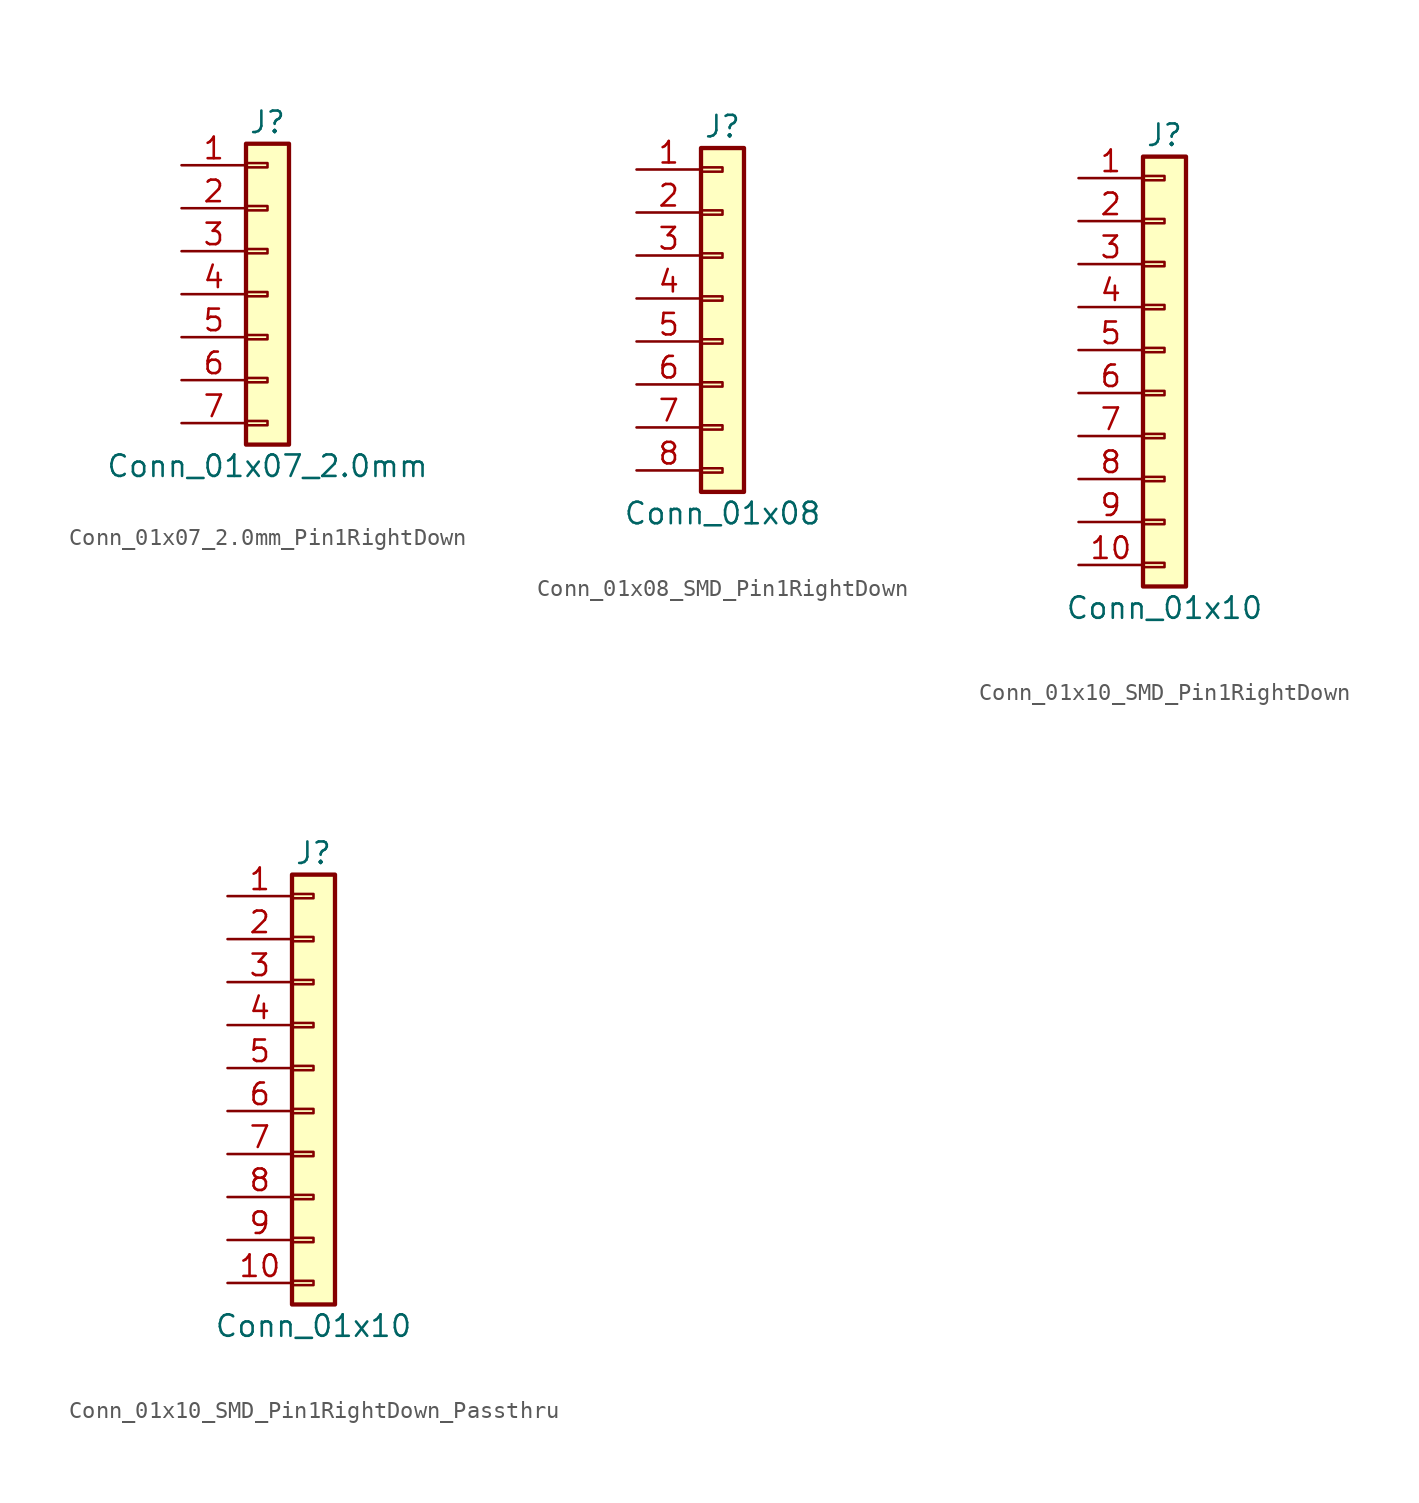
<source format=kicad_sym>
(kicad_symbol_lib
  (version 20231120)
  (generator "kicad_symbol_editor")
  (generator_version "8.0")
  (symbol "Conn_01x07_2.0mm_Pin1RightDown"
    (pin_names
      (offset 1.016) hide)
    (property "Reference" "J"
      (at 0 10.16 0)
      (effects (font (size 1.27 1.27))))
    (property "Value" "Conn_01x07_2.0mm"
      (at 0 -10.16 0)
      (effects (font (size 1.27 1.27))))
    (symbol "Conn_01x07_2.0mm_Pin1RightDown_1_1"
      (rectangle (start -1.27 -7.493) (end 0 -7.747) (stroke (width 0.152) (type default)) (fill (type none)))
      (rectangle (start -1.27 -4.953) (end 0 -5.207) (stroke (width 0.152) (type default)) (fill (type none)))
      (rectangle (start -1.27 -2.413) (end 0 -2.667) (stroke (width 0.152) (type default)) (fill (type none)))
      (rectangle (start -1.27 0.127) (end 0 -0.127) (stroke (width 0.152) (type default)) (fill (type none)))
      (rectangle (start -1.27 2.667) (end 0 2.413) (stroke (width 0.152) (type default)) (fill (type none)))
      (rectangle (start -1.27 5.207) (end 0 4.953) (stroke (width 0.152) (type default)) (fill (type none)))
      (rectangle (start -1.27 7.747) (end 0 7.493) (stroke (width 0.152) (type default)) (fill (type none)))
      (rectangle (start -1.27 8.89) (end 1.27 -8.89) (stroke (width 0.254) (type default)) (fill (type background)))
      (pin passive line (at -5.08 7.62 0) (length 3.81) (name "Pin_1" (effects (font (size 1.27 1.27)))) (number "1" (effects (font (size 1.27 1.27)))))
      (pin passive line (at -5.08 5.08 0) (length 3.81) (name "Pin_2" (effects (font (size 1.27 1.27)))) (number "2" (effects (font (size 1.27 1.27)))))
      (pin passive line (at -5.08 2.54 0) (length 3.81) (name "Pin_3" (effects (font (size 1.27 1.27)))) (number "3" (effects (font (size 1.27 1.27)))))
      (pin passive line (at -5.08 0 0) (length 3.81) (name "Pin_4" (effects (font (size 1.27 1.27)))) (number "4" (effects (font (size 1.27 1.27)))))
      (pin passive line (at -5.08 -2.54 0) (length 3.81) (name "Pin_5" (effects (font (size 1.27 1.27)))) (number "5" (effects (font (size 1.27 1.27)))))
      (pin passive line (at -5.08 -5.08 0) (length 3.81) (name "Pin_6" (effects (font (size 1.27 1.27)))) (number "6" (effects (font (size 1.27 1.27)))))
      (pin passive line (at -5.08 -7.62 0) (length 3.81) (name "Pin_7" (effects (font (size 1.27 1.27)))) (number "7" (effects (font (size 1.27 1.27)))))))
  (symbol "Conn_01x08_SMD_Pin1RightDown"
    (pin_names
      (offset 1.016) hide)
    (property "Reference" "J"
      (at 0 10.16 0)
      (effects (font (size 1.27 1.27))))
    (property "Value" "Conn_01x08"
      (at 0 -12.7 0)
      (effects (font (size 1.27 1.27))))
    (symbol "Conn_01x08_SMD_Pin1RightDown_1_1"
      (rectangle (start -1.27 -10.033) (end 0 -10.287) (stroke (width 0.152) (type default)) (fill (type none)))
      (rectangle (start -1.27 -7.493) (end 0 -7.747) (stroke (width 0.152) (type default)) (fill (type none)))
      (rectangle (start -1.27 -4.953) (end 0 -5.207) (stroke (width 0.152) (type default)) (fill (type none)))
      (rectangle (start -1.27 -2.413) (end 0 -2.667) (stroke (width 0.152) (type default)) (fill (type none)))
      (rectangle (start -1.27 0.127) (end 0 -0.127) (stroke (width 0.152) (type default)) (fill (type none)))
      (rectangle (start -1.27 2.667) (end 0 2.413) (stroke (width 0.152) (type default)) (fill (type none)))
      (rectangle (start -1.27 5.207) (end 0 4.953) (stroke (width 0.152) (type default)) (fill (type none)))
      (rectangle (start -1.27 7.747) (end 0 7.493) (stroke (width 0.152) (type default)) (fill (type none)))
      (rectangle (start -1.27 8.89) (end 1.27 -11.43) (stroke (width 0.254) (type default)) (fill (type background)))
      (pin passive line (at -5.08 7.62 0) (length 3.81) (name "Pin_1" (effects (font (size 1.27 1.27)))) (number "1" (effects (font (size 1.27 1.27)))))
      (pin passive line (at -5.08 5.08 0) (length 3.81) (name "Pin_2" (effects (font (size 1.27 1.27)))) (number "2" (effects (font (size 1.27 1.27)))))
      (pin passive line (at -5.08 2.54 0) (length 3.81) (name "Pin_3" (effects (font (size 1.27 1.27)))) (number "3" (effects (font (size 1.27 1.27)))))
      (pin passive line (at -5.08 0 0) (length 3.81) (name "Pin_4" (effects (font (size 1.27 1.27)))) (number "4" (effects (font (size 1.27 1.27)))))
      (pin passive line (at -5.08 -2.54 0) (length 3.81) (name "Pin_5" (effects (font (size 1.27 1.27)))) (number "5" (effects (font (size 1.27 1.27)))))
      (pin passive line (at -5.08 -5.08 0) (length 3.81) (name "Pin_6" (effects (font (size 1.27 1.27)))) (number "6" (effects (font (size 1.27 1.27)))))
      (pin passive line (at -5.08 -7.62 0) (length 3.81) (name "Pin_7" (effects (font (size 1.27 1.27)))) (number "7" (effects (font (size 1.27 1.27)))))
      (pin passive line (at -5.08 -10.16 0) (length 3.81) (name "Pin_8" (effects (font (size 1.27 1.27)))) (number "8" (effects (font (size 1.27 1.27)))))))
  (symbol "Conn_01x10_SMD_Pin1RightDown"
    (pin_names
      (offset 1.016) hide)
    (property "Reference" "J"
      (at 0 12.7 0)
      (effects (font (size 1.27 1.27))))
    (property "Value" "Conn_01x10"
      (at 0 -15.24 0)
      (effects (font (size 1.27 1.27))))
    (symbol "Conn_01x10_SMD_Pin1RightDown_1_1"
      (rectangle (start -1.27 -12.573) (end 0 -12.827) (stroke (width 0.152) (type default)) (fill (type none)))
      (rectangle (start -1.27 -10.033) (end 0 -10.287) (stroke (width 0.152) (type default)) (fill (type none)))
      (rectangle (start -1.27 -7.493) (end 0 -7.747) (stroke (width 0.152) (type default)) (fill (type none)))
      (rectangle (start -1.27 -4.953) (end 0 -5.207) (stroke (width 0.152) (type default)) (fill (type none)))
      (rectangle (start -1.27 -2.413) (end 0 -2.667) (stroke (width 0.152) (type default)) (fill (type none)))
      (rectangle (start -1.27 0.127) (end 0 -0.127) (stroke (width 0.152) (type default)) (fill (type none)))
      (rectangle (start -1.27 2.667) (end 0 2.413) (stroke (width 0.152) (type default)) (fill (type none)))
      (rectangle (start -1.27 5.207) (end 0 4.953) (stroke (width 0.152) (type default)) (fill (type none)))
      (rectangle (start -1.27 7.747) (end 0 7.493) (stroke (width 0.152) (type default)) (fill (type none)))
      (rectangle (start -1.27 10.287) (end 0 10.033) (stroke (width 0.152) (type default)) (fill (type none)))
      (rectangle (start -1.27 11.43) (end 1.27 -13.97) (stroke (width 0.254) (type default)) (fill (type background)))
      (pin passive line (at -5.08 10.16 0) (length 3.81) (name "Pin_1" (effects (font (size 1.27 1.27)))) (number "1" (effects (font (size 1.27 1.27)))))
      (pin passive line (at -5.08 -12.7 0) (length 3.81) (name "Pin_10" (effects (font (size 1.27 1.27)))) (number "10" (effects (font (size 1.27 1.27)))))
      (pin passive line (at -5.08 7.62 0) (length 3.81) (name "Pin_2" (effects (font (size 1.27 1.27)))) (number "2" (effects (font (size 1.27 1.27)))))
      (pin passive line (at -5.08 5.08 0) (length 3.81) (name "Pin_3" (effects (font (size 1.27 1.27)))) (number "3" (effects (font (size 1.27 1.27)))))
      (pin passive line (at -5.08 2.54 0) (length 3.81) (name "Pin_4" (effects (font (size 1.27 1.27)))) (number "4" (effects (font (size 1.27 1.27)))))
      (pin passive line (at -5.08 0 0) (length 3.81) (name "Pin_5" (effects (font (size 1.27 1.27)))) (number "5" (effects (font (size 1.27 1.27)))))
      (pin passive line (at -5.08 -2.54 0) (length 3.81) (name "Pin_6" (effects (font (size 1.27 1.27)))) (number "6" (effects (font (size 1.27 1.27)))))
      (pin passive line (at -5.08 -5.08 0) (length 3.81) (name "Pin_7" (effects (font (size 1.27 1.27)))) (number "7" (effects (font (size 1.27 1.27)))))
      (pin passive line (at -5.08 -7.62 0) (length 3.81) (name "Pin_8" (effects (font (size 1.27 1.27)))) (number "8" (effects (font (size 1.27 1.27)))))
      (pin passive line (at -5.08 -10.16 0) (length 3.81) (name "Pin_9" (effects (font (size 1.27 1.27)))) (number "9" (effects (font (size 1.27 1.27)))))))
  (symbol "Conn_01x10_SMD_Pin1RightDown_Passthru"
    (pin_names
      (offset 1.016) hide)
    (property "Reference" "J"
      (at 0 12.7 0)
      (effects (font (size 1.27 1.27))))
    (property "Value" "Conn_01x10"
      (at 0 -15.24 0)
      (effects (font (size 1.27 1.27))))
    (symbol "Conn_01x10_SMD_Pin1RightDown_Passthru_1_1"
      (rectangle (start -1.27 -12.573) (end 0 -12.827) (stroke (width 0.152) (type default)) (fill (type none)))
      (rectangle (start -1.27 -10.033) (end 0 -10.287) (stroke (width 0.152) (type default)) (fill (type none)))
      (rectangle (start -1.27 -7.493) (end 0 -7.747) (stroke (width 0.152) (type default)) (fill (type none)))
      (rectangle (start -1.27 -4.953) (end 0 -5.207) (stroke (width 0.152) (type default)) (fill (type none)))
      (rectangle (start -1.27 -2.413) (end 0 -2.667) (stroke (width 0.152) (type default)) (fill (type none)))
      (rectangle (start -1.27 0.127) (end 0 -0.127) (stroke (width 0.152) (type default)) (fill (type none)))
      (rectangle (start -1.27 2.667) (end 0 2.413) (stroke (width 0.152) (type default)) (fill (type none)))
      (rectangle (start -1.27 5.207) (end 0 4.953) (stroke (width 0.152) (type default)) (fill (type none)))
      (rectangle (start -1.27 7.747) (end 0 7.493) (stroke (width 0.152) (type default)) (fill (type none)))
      (rectangle (start -1.27 10.287) (end 0 10.033) (stroke (width 0.152) (type default)) (fill (type none)))
      (rectangle (start -1.27 11.43) (end 1.27 -13.97) (stroke (width 0.254) (type default)) (fill (type background)))
      (pin passive line (at -5.08 10.16 0) (length 3.81) (name "Pin_1" (effects (font (size 1.27 1.27)))) (number "1" (effects (font (size 1.27 1.27)))))
      (pin passive line (at -5.08 -12.7 0) (length 3.81) (name "Pin_10" (effects (font (size 1.27 1.27)))) (number "10" (effects (font (size 1.27 1.27)))))
      (pin passive line (at -5.08 7.62 0) (length 3.81) (name "Pin_2" (effects (font (size 1.27 1.27)))) (number "2" (effects (font (size 1.27 1.27)))))
      (pin passive line (at -5.08 5.08 0) (length 3.81) (name "Pin_3" (effects (font (size 1.27 1.27)))) (number "3" (effects (font (size 1.27 1.27)))))
      (pin passive line (at -5.08 2.54 0) (length 3.81) (name "Pin_4" (effects (font (size 1.27 1.27)))) (number "4" (effects (font (size 1.27 1.27)))))
      (pin passive line (at -5.08 0 0) (length 3.81) (name "Pin_5" (effects (font (size 1.27 1.27)))) (number "5" (effects (font (size 1.27 1.27)))))
      (pin passive line (at -5.08 -2.54 0) (length 3.81) (name "Pin_6" (effects (font (size 1.27 1.27)))) (number "6" (effects (font (size 1.27 1.27)))))
      (pin passive line (at -5.08 -5.08 0) (length 3.81) (name "Pin_7" (effects (font (size 1.27 1.27)))) (number "7" (effects (font (size 1.27 1.27)))))
      (pin passive line (at -5.08 -7.62 0) (length 3.81) (name "Pin_8" (effects (font (size 1.27 1.27)))) (number "8" (effects (font (size 1.27 1.27)))))
      (pin passive line (at -5.08 -10.16 0) (length 3.81) (name "Pin_9" (effects (font (size 1.27 1.27)))) (number "9" (effects (font (size 1.27 1.27))))))))
</source>
